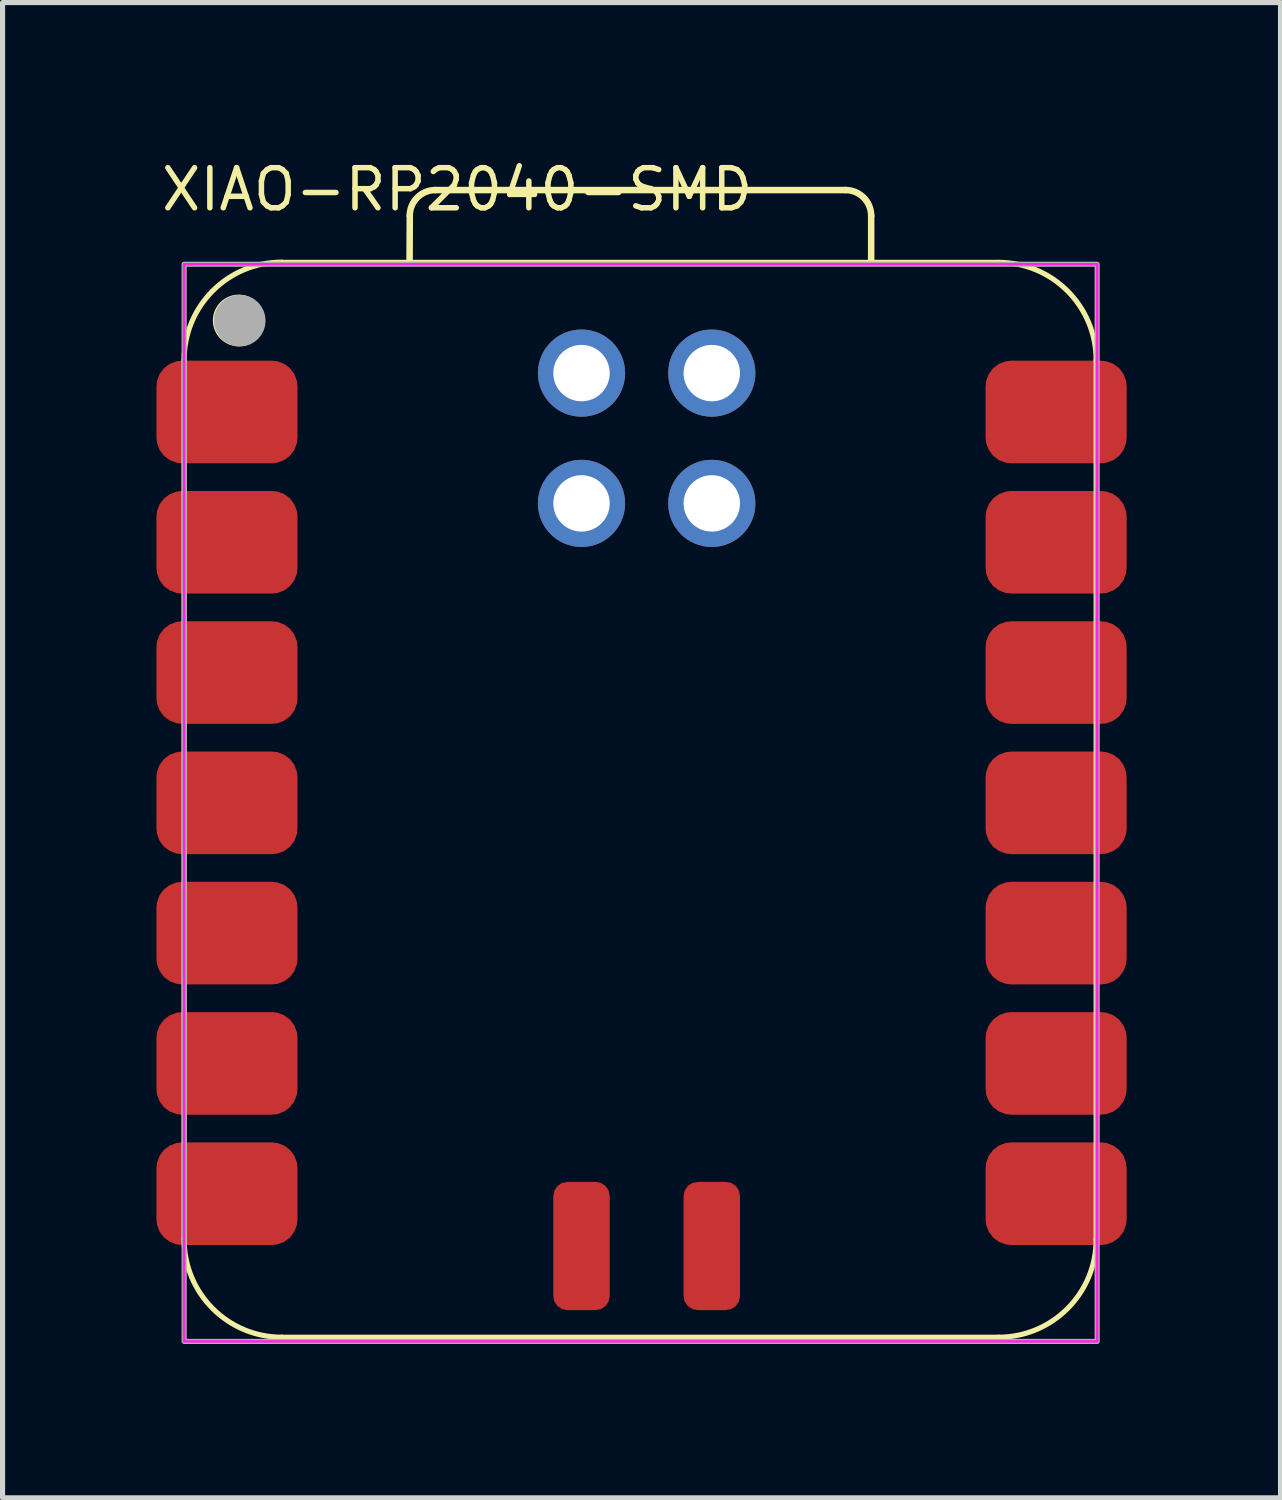
<source format=kicad_pcb>
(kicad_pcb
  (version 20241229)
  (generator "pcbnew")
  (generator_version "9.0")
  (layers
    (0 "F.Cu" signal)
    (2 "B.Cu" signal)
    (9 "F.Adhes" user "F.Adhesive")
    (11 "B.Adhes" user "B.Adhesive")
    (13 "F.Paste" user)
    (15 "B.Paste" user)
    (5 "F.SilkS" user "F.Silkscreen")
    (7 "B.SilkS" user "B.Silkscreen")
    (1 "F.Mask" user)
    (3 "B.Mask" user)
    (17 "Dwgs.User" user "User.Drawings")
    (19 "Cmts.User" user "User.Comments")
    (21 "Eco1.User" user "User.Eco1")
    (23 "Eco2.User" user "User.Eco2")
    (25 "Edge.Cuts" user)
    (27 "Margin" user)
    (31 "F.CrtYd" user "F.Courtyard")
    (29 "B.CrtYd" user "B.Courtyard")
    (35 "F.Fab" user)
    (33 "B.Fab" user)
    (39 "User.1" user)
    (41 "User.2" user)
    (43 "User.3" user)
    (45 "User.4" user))
  (footprint "XIAO-RP2040-SMD"
    (layer "F.Cu")
    (at 9.375 12.602)
    (property "Reference" "XIAO-RP2040-SMD" (at -9.335 -11.5 0) (layer "F.SilkS") (effects (font (size 0.782 0.782) (thickness 0.107)) (justify left bottom)))
    (fp_line (start -8.835 8.513) (end -8.835 -8.632) (stroke (width 0.1) (type solid)) (layer "F.SilkS"))
    (fp_line (start -6.93 10.418) (end 7.04 10.418) (stroke (width 0.1) (type solid)) (layer "F.SilkS"))
    (fp_line (start -4.44 -10.537) (end -4.436 -11.447) (stroke (width 0.127) (type solid)) (layer "F.SilkS"))
    (fp_line (start -3.936 -11.947) (end 4.059 -11.947) (stroke (width 0.127) (type solid)) (layer "F.SilkS"))
    (fp_line (start 4.559 -11.447) (end 4.559 -10.537) (stroke (width 0.127) (type solid)) (layer "F.SilkS"))
    (fp_line (start 7.04 -10.537) (end -6.93 -10.537) (stroke (width 0.1) (type solid)) (layer "F.SilkS"))
    (fp_line (start 8.945 8.513) (end 8.945 -8.632) (stroke (width 0.1) (type solid)) (layer "F.SilkS"))
    (fp_arc (start -8.835 -8.636) (mid -8.277038 -9.983038) (end -6.93 -10.541) (stroke (width 0.1) (type solid)) (layer "F.SilkS"))
    (fp_arc (start -6.93 10.418) (mid -8.277038 9.860038) (end -8.835 8.513) (stroke (width 0.1) (type solid)) (layer "F.SilkS"))
    (fp_arc (start -4.436272 -11.447272) (mid -4.289724 -11.800644) (end -3.936272 -11.947) (stroke (width 0.127) (type default)) (layer "F.SilkS"))
    (fp_arc (start 4.059 -11.947) (mid 4.412553 -11.800553) (end 4.559 -11.447) (stroke (width 0.127) (type default)) (layer "F.SilkS"))
    (fp_arc (start 7.04 -10.537) (mid 8.387038 -9.979038) (end 8.945 -8.632) (stroke (width 0.1) (type solid)) (layer "F.SilkS"))
    (fp_arc (start 8.945 8.513) (mid 8.387038 9.860038) (end 7.04 10.418) (stroke (width 0.1) (type solid)) (layer "F.SilkS"))
    (fp_circle (center -7.771 -9.404) (end -7.771 -9.658) (stroke (width 0.5) (type solid)) (fill yes) (layer "F.SilkS"))
    (fp_rect (start 8.965 10.5) (end -8.835 -10.5) (stroke (width 0.05) (type default)) (fill no) (layer "F.CrtYd"))
    (fp_rect (start -8.835 -10.5) (end 8.965 10.5) (stroke (width 0.1) (type default)) (fill no) (layer "F.Fab"))
    (fp_circle (center -7.751 -9.4) (end -7.751 -9.654) (stroke (width 0.5) (type solid)) (fill no) (layer "F.Fab"))
    (pad "1" smd roundrect (at -8 -7.62) (size 2.75 2) (layers "F.Cu" "F.Mask" "F.Paste") (roundrect_rratio 0.25))
    (pad "2" smd roundrect (at -8 -5.08) (size 2.75 2) (layers "F.Cu" "F.Mask" "F.Paste") (roundrect_rratio 0.25))
    (pad "3" smd roundrect (at -8 -2.54) (size 2.75 2) (layers "F.Cu" "F.Mask" "F.Paste") (roundrect_rratio 0.25))
    (pad "4" smd roundrect (at -8 0) (size 2.75 2) (layers "F.Cu" "F.Mask" "F.Paste") (roundrect_rratio 0.25))
    (pad "5" smd roundrect (at -8 2.54) (size 2.75 2) (layers "F.Cu" "F.Mask" "F.Paste") (roundrect_rratio 0.25))
    (pad "6" smd roundrect (at -8 5.08) (size 2.75 2) (layers "F.Cu" "F.Mask" "F.Paste") (roundrect_rratio 0.25))
    (pad "7" smd roundrect (at -8 7.62) (size 2.75 2) (layers "F.Cu" "F.Mask" "F.Paste") (roundrect_rratio 0.25))
    (pad "8" smd roundrect (at 8.165 7.62) (size 2.75 2) (layers "F.Cu" "F.Mask" "F.Paste") (roundrect_rratio 0.25))
    (pad "9" smd roundrect (at 8.165 5.08) (size 2.75 2) (layers "F.Cu" "F.Mask" "F.Paste") (roundrect_rratio 0.25))
    (pad "10" smd roundrect (at 8.165 2.54) (size 2.75 2) (layers "F.Cu" "F.Mask" "F.Paste") (roundrect_rratio 0.25))
    (pad "11" smd roundrect (at 8.165 0) (size 2.75 2) (layers "F.Cu" "F.Mask" "F.Paste") (roundrect_rratio 0.25))
    (pad "12" smd roundrect (at 8.165 -2.54) (size 2.75 2) (layers "F.Cu" "F.Mask" "F.Paste") (roundrect_rratio 0.25))
    (pad "13" smd roundrect (at 8.165 -5.08) (size 2.75 2) (layers "F.Cu" "F.Mask" "F.Paste") (roundrect_rratio 0.25))
    (pad "14" smd roundrect (at 8.165 -7.62) (size 2.75 2) (layers "F.Cu" "F.Mask" "F.Paste") (roundrect_rratio 0.25))
    (pad "15" smd roundrect (at -1.088 8.64 270) (size 2.5 1.1) (layers "F.Cu" "F.Mask" "F.Paste") (roundrect_rratio 0.25))
    (pad "16" smd roundrect (at 1.452 8.64 270) (size 2.5 1.1) (layers "F.Cu" "F.Mask" "F.Paste") (roundrect_rratio 0.25))
    (pad "17" thru_hole circle (at -1.088 -8.378) (size 1.7 1.7) (drill 1.1) (layers "*.Cu" "*.Mask"))
    (pad "18" thru_hole circle (at 1.452 -8.378) (size 1.7 1.7) (drill 1.1) (layers "*.Cu" "*.Mask"))
    (pad "19" thru_hole circle (at -1.088 -5.838) (size 1.7 1.7) (drill 1.1) (layers "*.Cu" "*.Mask"))
    (pad "20" thru_hole circle (at 1.452 -5.838) (size 1.7 1.7) (drill 1.1) (layers "*.Cu" "*.Mask")))
  (gr_rect
    (start -3 -3)
    (end 21.915 26.152)
    (stroke (width 0.1) (type default))
    (fill no)
    (layer "Edge.Cuts")))
</source>
